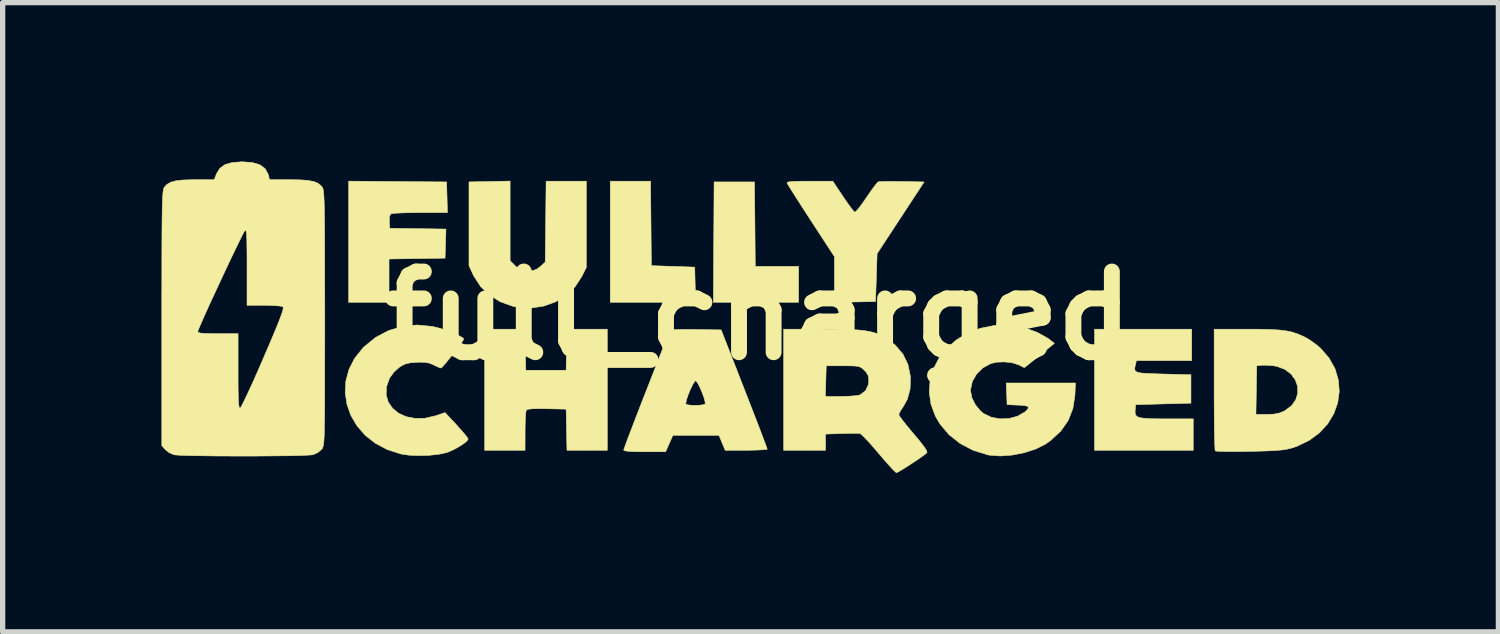
<source format=kicad_pcb>
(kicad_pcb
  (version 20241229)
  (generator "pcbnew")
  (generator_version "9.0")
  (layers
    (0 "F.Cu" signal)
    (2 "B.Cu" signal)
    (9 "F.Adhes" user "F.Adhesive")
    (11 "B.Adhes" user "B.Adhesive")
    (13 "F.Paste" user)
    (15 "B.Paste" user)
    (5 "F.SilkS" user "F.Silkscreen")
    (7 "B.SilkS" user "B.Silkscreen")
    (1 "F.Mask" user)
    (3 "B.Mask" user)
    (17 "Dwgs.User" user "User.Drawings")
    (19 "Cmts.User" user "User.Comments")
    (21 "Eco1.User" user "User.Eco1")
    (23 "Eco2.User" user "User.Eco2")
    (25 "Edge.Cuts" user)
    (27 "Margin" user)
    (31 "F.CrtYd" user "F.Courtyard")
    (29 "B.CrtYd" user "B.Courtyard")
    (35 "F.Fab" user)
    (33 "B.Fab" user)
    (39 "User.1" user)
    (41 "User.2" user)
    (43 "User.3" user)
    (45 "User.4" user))
  (footprint "full_charged"
    (layer "F.Cu")
    (at 11.266 2.911)
    (property "Reference" "full_charged" (at 0 0 0) (layer "F.SilkS") (effects (font (size 1.524 1.524) (thickness 0.3))))
    (attr through_hole)
    (fp_poly (pts (xy -2.018 -0.945) (xy -1.199 -0.917) (xy -1.191 -0.586) (xy -1.184 -0.254) (xy -2.794 -0.254) (xy -2.794 -2.54) (xy -2.413 -2.54) (xy -2.033 -2.54) (xy -2.018 -0.945)) (stroke (width 0.01) (type solid)) (fill yes) (layer "F.SilkS"))
    (fp_poly (pts (xy -0.063 -1.729) (xy -0.056 -0.931) (xy 0.762 -0.931) (xy 0.762 -0.254) (xy -0.847 -0.254) (xy -0.84 -1.39) (xy -0.833 -2.526) (xy -0.071 -2.526) (xy -0.063 -1.729)) (stroke (width 0.01) (type solid)) (fill yes) (layer "F.SilkS"))
    (fp_poly (pts (xy -6.809 -2.533) (xy -5.884 -2.526) (xy -5.876 -2.237) (xy -5.868 -1.947) (xy -6.384 -1.947) (xy -6.551 -1.946) (xy -6.7 -1.942) (xy -6.82 -1.937) (xy -6.903 -1.93) (xy -6.937 -1.923) (xy -6.962 -1.875) (xy -6.966 -1.781) (xy -6.966 -1.775) (xy -6.957 -1.651) (xy -5.896 -1.636) (xy -5.913 -1.087) (xy -6.442 -1.079) (xy -6.971 -1.071) (xy -6.971 -0.254) (xy -7.733 -0.254) (xy -7.733 -2.541) (xy -6.809 -2.533)) (stroke (width 0.01) (type solid)) (fill yes) (layer "F.SilkS"))
    (fp_poly (pts (xy -4.396 0.642) (xy -4.389 1.03) (xy -3.627 1.03) (xy -3.619 0.642) (xy -3.611 0.254) (xy -2.85 0.254) (xy -2.85 2.54) (xy -3.611 2.54) (xy -3.627 1.764) (xy -3.991 1.756) (xy -4.154 1.754) (xy -4.267 1.757) (xy -4.338 1.765) (xy -4.374 1.778) (xy -4.379 1.784) (xy -4.388 1.825) (xy -4.395 1.91) (xy -4.4 2.028) (xy -4.402 2.165) (xy -4.402 2.18) (xy -4.403 2.54) (xy -5.165 2.54) (xy -5.165 0.254) (xy -4.404 0.254) (xy -4.396 0.642)) (stroke (width 0.01) (type solid)) (fill yes) (layer "F.SilkS"))
    (fp_poly (pts (xy 8.184 0.847) (xy 7.141 0.847) (xy 7.124 0.915) (xy 7.111 0.973) (xy 7.108 1.016) (xy 7.123 1.047) (xy 7.162 1.068) (xy 7.232 1.082) (xy 7.339 1.09) (xy 7.491 1.096) (xy 7.649 1.101) (xy 8.17 1.115) (xy 8.17 1.651) (xy 7.126 1.679) (xy 7.117 1.777) (xy 7.115 1.833) (xy 7.125 1.875) (xy 7.155 1.906) (xy 7.211 1.926) (xy 7.299 1.938) (xy 7.427 1.945) (xy 7.601 1.947) (xy 7.71 1.947) (xy 8.213 1.947) (xy 8.213 2.54) (xy 6.35 2.54) (xy 6.35 0.254) (xy 8.184 0.254) (xy 8.184 0.847)) (stroke (width 0.01) (type solid)) (fill yes) (layer "F.SilkS"))
    (fp_poly (pts (xy -4.685 -1.039) (xy -4.589 -0.943) (xy -4.521 -0.883) (xy -4.458 -0.855) (xy -4.372 -0.847) (xy -4.349 -0.847) (xy -4.25 -0.853) (xy -4.178 -0.88) (xy -4.114 -0.929) (xy -4.022 -1.011) (xy -4.013 -1.776) (xy -4.005 -2.54) (xy -3.246 -2.54) (xy -3.246 -0.912) (xy -3.331 -0.741) (xy -3.459 -0.546) (xy -3.626 -0.386) (xy -3.824 -0.263) (xy -4.046 -0.183) (xy -4.283 -0.146) (xy -4.529 -0.158) (xy -4.643 -0.181) (xy -4.871 -0.264) (xy -5.074 -0.39) (xy -5.243 -0.553) (xy -5.368 -0.746) (xy -5.38 -0.769) (xy -5.461 -0.945) (xy -5.461 -2.526) (xy -5.073 -2.534) (xy -4.685 -2.542) (xy -4.685 -1.039)) (stroke (width 0.01) (type solid)) (fill yes) (layer "F.SilkS"))
    (fp_poly (pts (xy 1.6 -2.252) (xy 1.676 -2.14) (xy 1.744 -2.047) (xy 1.794 -1.982) (xy 1.822 -1.955) (xy 1.823 -1.955) (xy 1.849 -1.973) (xy 1.899 -2.031) (xy 1.965 -2.118) (xy 2.04 -2.227) (xy 2.042 -2.23) (xy 2.119 -2.341) (xy 2.186 -2.435) (xy 2.238 -2.5) (xy 2.267 -2.528) (xy 2.267 -2.528) (xy 2.307 -2.532) (xy 2.392 -2.535) (xy 2.511 -2.536) (xy 2.654 -2.535) (xy 2.717 -2.534) (xy 3.132 -2.526) (xy 2.688 -1.849) (xy 2.244 -1.171) (xy 2.23 -0.72) (xy 2.215 -0.268) (xy 1.827 -0.26) (xy 1.439 -0.252) (xy 1.439 -0.684) (xy 1.439 -1.115) (xy 0.998 -1.792) (xy 0.884 -1.968) (xy 0.78 -2.129) (xy 0.69 -2.269) (xy 0.619 -2.382) (xy 0.569 -2.462) (xy 0.545 -2.502) (xy 0.544 -2.505) (xy 0.551 -2.519) (xy 0.589 -2.529) (xy 0.665 -2.535) (xy 0.783 -2.539) (xy 0.952 -2.54) (xy 0.969 -2.54) (xy 1.408 -2.54) (xy 1.6 -2.252)) (stroke (width 0.01) (type solid)) (fill yes) (layer "F.SilkS"))
    (fp_poly (pts (xy 4.782 0.183) (xy 5.035 0.23) (xy 5.272 0.316) (xy 5.48 0.434) (xy 5.527 0.471) (xy 5.591 0.522) (xy 5.308 0.752) (xy 5.025 0.981) (xy 4.913 0.926) (xy 4.794 0.888) (xy 4.649 0.872) (xy 4.502 0.877) (xy 4.387 0.904) (xy 4.239 0.986) (xy 4.121 1.103) (xy 4.041 1.244) (xy 4.009 1.397) (xy 4.008 1.412) (xy 4.032 1.544) (xy 4.098 1.679) (xy 4.195 1.797) (xy 4.256 1.848) (xy 4.399 1.916) (xy 4.563 1.947) (xy 4.734 1.941) (xy 4.894 1.898) (xy 5.029 1.821) (xy 5.063 1.791) (xy 5.099 1.747) (xy 5.097 1.718) (xy 5.053 1.7) (xy 4.96 1.69) (xy 4.904 1.688) (xy 4.699 1.679) (xy 4.682 1.27) (xy 5.989 1.27) (xy 5.979 1.503) (xy 5.941 1.751) (xy 5.853 1.976) (xy 5.713 2.177) (xy 5.524 2.353) (xy 5.422 2.425) (xy 5.24 2.516) (xy 5.025 2.586) (xy 4.796 2.631) (xy 4.57 2.648) (xy 4.367 2.633) (xy 4.332 2.626) (xy 4.058 2.541) (xy 3.813 2.413) (xy 3.603 2.247) (xy 3.433 2.046) (xy 3.346 1.898) (xy 3.261 1.67) (xy 3.229 1.44) (xy 3.246 1.216) (xy 3.309 1) (xy 3.414 0.799) (xy 3.558 0.617) (xy 3.737 0.46) (xy 3.948 0.332) (xy 4.188 0.239) (xy 4.453 0.185) (xy 4.529 0.178) (xy 4.782 0.183)) (stroke (width 0.01) (type solid)) (fill yes) (layer "F.SilkS"))
    (fp_poly (pts (xy 9.481 0.255) (xy 9.678 0.26) (xy 9.837 0.27) (xy 9.968 0.286) (xy 10.079 0.309) (xy 10.179 0.342) (xy 10.278 0.384) (xy 10.334 0.411) (xy 10.436 0.473) (xy 10.547 0.555) (xy 10.614 0.612) (xy 10.777 0.799) (xy 10.89 1.001) (xy 10.953 1.213) (xy 10.97 1.429) (xy 10.941 1.642) (xy 10.868 1.848) (xy 10.753 2.039) (xy 10.598 2.209) (xy 10.403 2.353) (xy 10.172 2.465) (xy 10.108 2.487) (xy 10.038 2.508) (xy 9.966 2.523) (xy 9.882 2.535) (xy 9.777 2.544) (xy 9.642 2.551) (xy 9.467 2.557) (xy 9.285 2.561) (xy 9.101 2.564) (xy 8.936 2.565) (xy 8.799 2.563) (xy 8.697 2.56) (xy 8.639 2.555) (xy 8.629 2.552) (xy 8.624 2.52) (xy 8.62 2.438) (xy 8.616 2.311) (xy 8.613 2.146) (xy 8.61 1.95) (xy 8.61 1.863) (xy 9.397 1.863) (xy 9.605 1.863) (xy 9.736 1.858) (xy 9.835 1.839) (xy 9.924 1.804) (xy 9.937 1.797) (xy 10.066 1.703) (xy 10.148 1.589) (xy 10.187 1.463) (xy 10.183 1.334) (xy 10.14 1.21) (xy 10.059 1.1) (xy 9.942 1.012) (xy 9.792 0.956) (xy 9.727 0.945) (xy 9.624 0.936) (xy 9.53 0.934) (xy 9.496 0.936) (xy 9.412 0.945) (xy 9.404 1.404) (xy 9.397 1.863) (xy 8.61 1.863) (xy 8.609 1.727) (xy 8.608 1.484) (xy 8.608 1.392) (xy 8.608 0.254) (xy 9.237 0.254) (xy 9.481 0.255)) (stroke (width 0.01) (type solid)) (fill yes) (layer "F.SilkS"))
    (fp_poly (pts (xy -1.218 0.26) (xy -1.179 0.26) (xy -0.7 0.268) (xy -0.265 1.382) (xy -0.173 1.619) (xy -0.087 1.84) (xy -0.01 2.039) (xy 0.056 2.211) (xy 0.108 2.35) (xy 0.146 2.451) (xy 0.166 2.507) (xy 0.169 2.518) (xy 0.143 2.526) (xy 0.07 2.532) (xy -0.039 2.537) (xy -0.175 2.54) (xy -0.227 2.54) (xy -0.624 2.54) (xy -0.683 2.399) (xy -0.741 2.258) (xy -1.612 2.258) (xy -1.68 2.413) (xy -1.749 2.568) (xy -2.145 2.568) (xy -2.318 2.567) (xy -2.438 2.561) (xy -2.511 2.552) (xy -2.539 2.539) (xy -2.54 2.536) (xy -2.53 2.503) (xy -2.501 2.424) (xy -2.457 2.303) (xy -2.397 2.147) (xy -2.326 1.961) (xy -2.245 1.752) (xy -2.204 1.646) (xy -1.368 1.646) (xy -1.366 1.669) (xy -1.331 1.683) (xy -1.259 1.691) (xy -1.17 1.693) (xy -1.085 1.688) (xy -1.022 1.677) (xy -1.003 1.667) (xy -1.003 1.626) (xy -1.022 1.553) (xy -1.055 1.462) (xy -1.094 1.369) (xy -1.133 1.289) (xy -1.167 1.238) (xy -1.183 1.228) (xy -1.208 1.252) (xy -1.245 1.315) (xy -1.285 1.401) (xy -1.324 1.495) (xy -1.353 1.582) (xy -1.368 1.646) (xy -2.204 1.646) (xy -2.156 1.523) (xy -2.113 1.414) (xy -2.021 1.179) (xy -1.935 0.959) (xy -1.858 0.761) (xy -1.791 0.59) (xy -1.737 0.452) (xy -1.698 0.353) (xy -1.676 0.298) (xy -1.673 0.289) (xy -1.654 0.275) (xy -1.605 0.266) (xy -1.521 0.26) (xy -1.394 0.258) (xy -1.218 0.26)) (stroke (width 0.01) (type solid)) (fill yes) (layer "F.SilkS"))
    (fp_poly (pts (xy -6.158 0.202) (xy -6.061 0.224) (xy -5.952 0.256) (xy -5.837 0.297) (xy -5.728 0.341) (xy -5.637 0.384) (xy -5.577 0.419) (xy -5.56 0.439) (xy -5.576 0.47) (xy -5.62 0.533) (xy -5.682 0.617) (xy -5.755 0.712) (xy -5.83 0.807) (xy -5.899 0.892) (xy -5.953 0.955) (xy -5.984 0.986) (xy -5.988 0.988) (xy -6.027 0.976) (xy -6.095 0.946) (xy -6.13 0.928) (xy -6.208 0.895) (xy -6.29 0.88) (xy -6.398 0.877) (xy -6.451 0.88) (xy -6.572 0.889) (xy -6.658 0.909) (xy -6.732 0.944) (xy -6.779 0.975) (xy -6.878 1.064) (xy -6.956 1.171) (xy -6.964 1.185) (xy -7.02 1.345) (xy -7.025 1.495) (xy -6.985 1.631) (xy -6.905 1.747) (xy -6.791 1.841) (xy -6.648 1.906) (xy -6.481 1.939) (xy -6.296 1.936) (xy -6.098 1.891) (xy -6.088 1.888) (xy -5.913 1.829) (xy -5.694 2.064) (xy -5.608 2.161) (xy -5.537 2.243) (xy -5.491 2.303) (xy -5.476 2.328) (xy -5.499 2.364) (xy -5.56 2.414) (xy -5.646 2.47) (xy -5.744 2.524) (xy -5.84 2.568) (xy -5.887 2.585) (xy -6.035 2.617) (xy -6.217 2.636) (xy -6.411 2.641) (xy -6.595 2.633) (xy -6.745 2.611) (xy -7.003 2.528) (xy -7.229 2.408) (xy -7.42 2.258) (xy -7.574 2.081) (xy -7.69 1.885) (xy -7.765 1.674) (xy -7.798 1.455) (xy -7.786 1.233) (xy -7.727 1.014) (xy -7.62 0.804) (xy -7.462 0.607) (xy -7.447 0.592) (xy -7.226 0.411) (xy -6.981 0.281) (xy -6.718 0.202) (xy -6.442 0.175) (xy -6.158 0.202)) (stroke (width 0.01) (type solid)) (fill yes) (layer "F.SilkS"))
    (fp_poly (pts (xy 1.47 0.255) (xy 1.684 0.259) (xy 1.857 0.267) (xy 1.997 0.28) (xy 2.111 0.3) (xy 2.208 0.326) (xy 2.294 0.36) (xy 2.378 0.404) (xy 2.395 0.414) (xy 2.587 0.555) (xy 2.732 0.725) (xy 2.827 0.921) (xy 2.872 1.141) (xy 2.874 1.166) (xy 2.867 1.386) (xy 2.816 1.576) (xy 2.734 1.723) (xy 2.686 1.795) (xy 2.658 1.852) (xy 2.654 1.869) (xy 2.672 1.902) (xy 2.721 1.969) (xy 2.794 2.062) (xy 2.885 2.172) (xy 2.934 2.23) (xy 3.055 2.375) (xy 3.137 2.481) (xy 3.18 2.551) (xy 3.186 2.586) (xy 3.186 2.586) (xy 3.15 2.617) (xy 3.081 2.667) (xy 2.989 2.73) (xy 2.886 2.798) (xy 2.785 2.863) (xy 2.697 2.917) (xy 2.634 2.953) (xy 2.608 2.963) (xy 2.582 2.943) (xy 2.526 2.886) (xy 2.447 2.799) (xy 2.352 2.691) (xy 2.274 2.599) (xy 2.169 2.477) (xy 2.075 2.371) (xy 1.997 2.289) (xy 1.942 2.238) (xy 1.922 2.224) (xy 1.876 2.221) (xy 1.788 2.22) (xy 1.671 2.222) (xy 1.573 2.224) (xy 1.27 2.235) (xy 1.27 2.54) (xy 0.48 2.54) (xy 0.48 1.524) (xy 1.268 1.524) (xy 1.567 1.524) (xy 1.698 1.521) (xy 1.813 1.513) (xy 1.896 1.502) (xy 1.928 1.492) (xy 2.027 1.414) (xy 2.079 1.303) (xy 2.088 1.226) (xy 2.078 1.135) (xy 2.037 1.065) (xy 2.002 1.028) (xy 1.962 0.992) (xy 1.925 0.969) (xy 1.877 0.955) (xy 1.806 0.948) (xy 1.7 0.946) (xy 1.6 0.945) (xy 1.284 0.945) (xy 1.268 1.524) (xy 0.48 1.524) (xy 0.48 0.254) (xy 1.208 0.254) (xy 1.47 0.255)) (stroke (width 0.01) (type solid)) (fill yes) (layer "F.SilkS"))
    (fp_poly (pts (xy -9.554 -2.893) (xy -9.411 -2.851) (xy -9.312 -2.778) (xy -9.254 -2.674) (xy -9.246 -2.646) (xy -9.228 -2.568) (xy -8.846 -2.568) (xy -8.651 -2.565) (xy -8.503 -2.554) (xy -8.394 -2.534) (xy -8.315 -2.502) (xy -8.257 -2.457) (xy -8.23 -2.424) (xy -8.222 -2.408) (xy -8.215 -2.384) (xy -8.209 -2.348) (xy -8.204 -2.296) (xy -8.199 -2.224) (xy -8.195 -2.13) (xy -8.192 -2.009) (xy -8.19 -1.858) (xy -8.188 -1.673) (xy -8.187 -1.451) (xy -8.186 -1.188) (xy -8.185 -0.881) (xy -8.185 -0.526) (xy -8.184 -0.119) (xy -8.184 0.045) (xy -8.184 0.468) (xy -8.185 0.839) (xy -8.185 1.161) (xy -8.185 1.437) (xy -8.186 1.671) (xy -8.188 1.867) (xy -8.19 2.028) (xy -8.192 2.158) (xy -8.195 2.261) (xy -8.199 2.341) (xy -8.204 2.4) (xy -8.21 2.443) (xy -8.217 2.473) (xy -8.225 2.494) (xy -8.234 2.51) (xy -8.242 2.521) (xy -8.309 2.579) (xy -8.396 2.621) (xy -8.404 2.624) (xy -8.456 2.63) (xy -8.556 2.635) (xy -8.699 2.64) (xy -8.876 2.644) (xy -9.08 2.646) (xy -9.304 2.648) (xy -9.541 2.65) (xy -9.783 2.65) (xy -10.024 2.649) (xy -10.255 2.648) (xy -10.47 2.645) (xy -10.661 2.642) (xy -10.821 2.638) (xy -10.942 2.633) (xy -11.018 2.627) (xy -11.034 2.624) (xy -11.122 2.586) (xy -11.196 2.527) (xy -11.197 2.527) (xy -11.261 2.452) (xy -11.261 0.302) (xy -10.583 0.302) (xy -10.571 0.317) (xy -10.528 0.328) (xy -10.447 0.335) (xy -10.323 0.338) (xy -10.202 0.339) (xy -9.821 0.339) (xy -9.821 1.044) (xy -9.821 1.272) (xy -9.819 1.449) (xy -9.815 1.58) (xy -9.809 1.67) (xy -9.801 1.724) (xy -9.791 1.748) (xy -9.786 1.75) (xy -9.767 1.725) (xy -9.729 1.653) (xy -9.675 1.542) (xy -9.606 1.395) (xy -9.526 1.22) (xy -9.438 1.021) (xy -9.344 0.805) (xy -9.343 0.802) (xy -9.234 0.549) (xy -9.147 0.343) (xy -9.079 0.179) (xy -9.029 0.052) (xy -8.995 -0.041) (xy -8.975 -0.105) (xy -8.968 -0.146) (xy -8.972 -0.167) (xy -8.976 -0.171) (xy -9.02 -0.181) (xy -9.106 -0.19) (xy -9.223 -0.195) (xy -9.335 -0.197) (xy -9.652 -0.198) (xy -9.652 -0.923) (xy -9.652 -1.146) (xy -9.654 -1.317) (xy -9.656 -1.444) (xy -9.66 -1.531) (xy -9.666 -1.584) (xy -9.674 -1.61) (xy -9.685 -1.613) (xy -9.692 -1.608) (xy -9.713 -1.573) (xy -9.754 -1.495) (xy -9.811 -1.379) (xy -9.881 -1.234) (xy -9.962 -1.066) (xy -10.048 -0.883) (xy -10.138 -0.691) (xy -10.228 -0.498) (xy -10.315 -0.311) (xy -10.395 -0.136) (xy -10.465 0.019) (xy -10.521 0.147) (xy -10.561 0.241) (xy -10.582 0.294) (xy -10.583 0.302) (xy -11.261 0.302) (xy -11.261 0.047) (xy -11.261 -0.38) (xy -11.26 -0.754) (xy -11.26 -1.078) (xy -11.259 -1.357) (xy -11.258 -1.594) (xy -11.256 -1.792) (xy -11.254 -1.956) (xy -11.251 -2.087) (xy -11.247 -2.191) (xy -11.243 -2.271) (xy -11.238 -2.33) (xy -11.232 -2.372) (xy -11.226 -2.4) (xy -11.218 -2.419) (xy -11.215 -2.424) (xy -11.163 -2.48) (xy -11.093 -2.52) (xy -10.995 -2.547) (xy -10.862 -2.562) (xy -10.683 -2.568) (xy -10.626 -2.568) (xy -10.272 -2.568) (xy -10.226 -2.684) (xy -10.164 -2.784) (xy -10.069 -2.853) (xy -9.933 -2.892) (xy -9.752 -2.906) (xy -9.743 -2.906) (xy -9.554 -2.893)) (stroke (width 0.01) (type solid)) (fill yes) (layer "F.SilkS")))
  (gr_rect
    (start -3 -3)
    (end 25.241 8.88)
    (stroke (width 0.1) (type default))
    (fill no)
    (layer "Edge.Cuts")))
</source>
